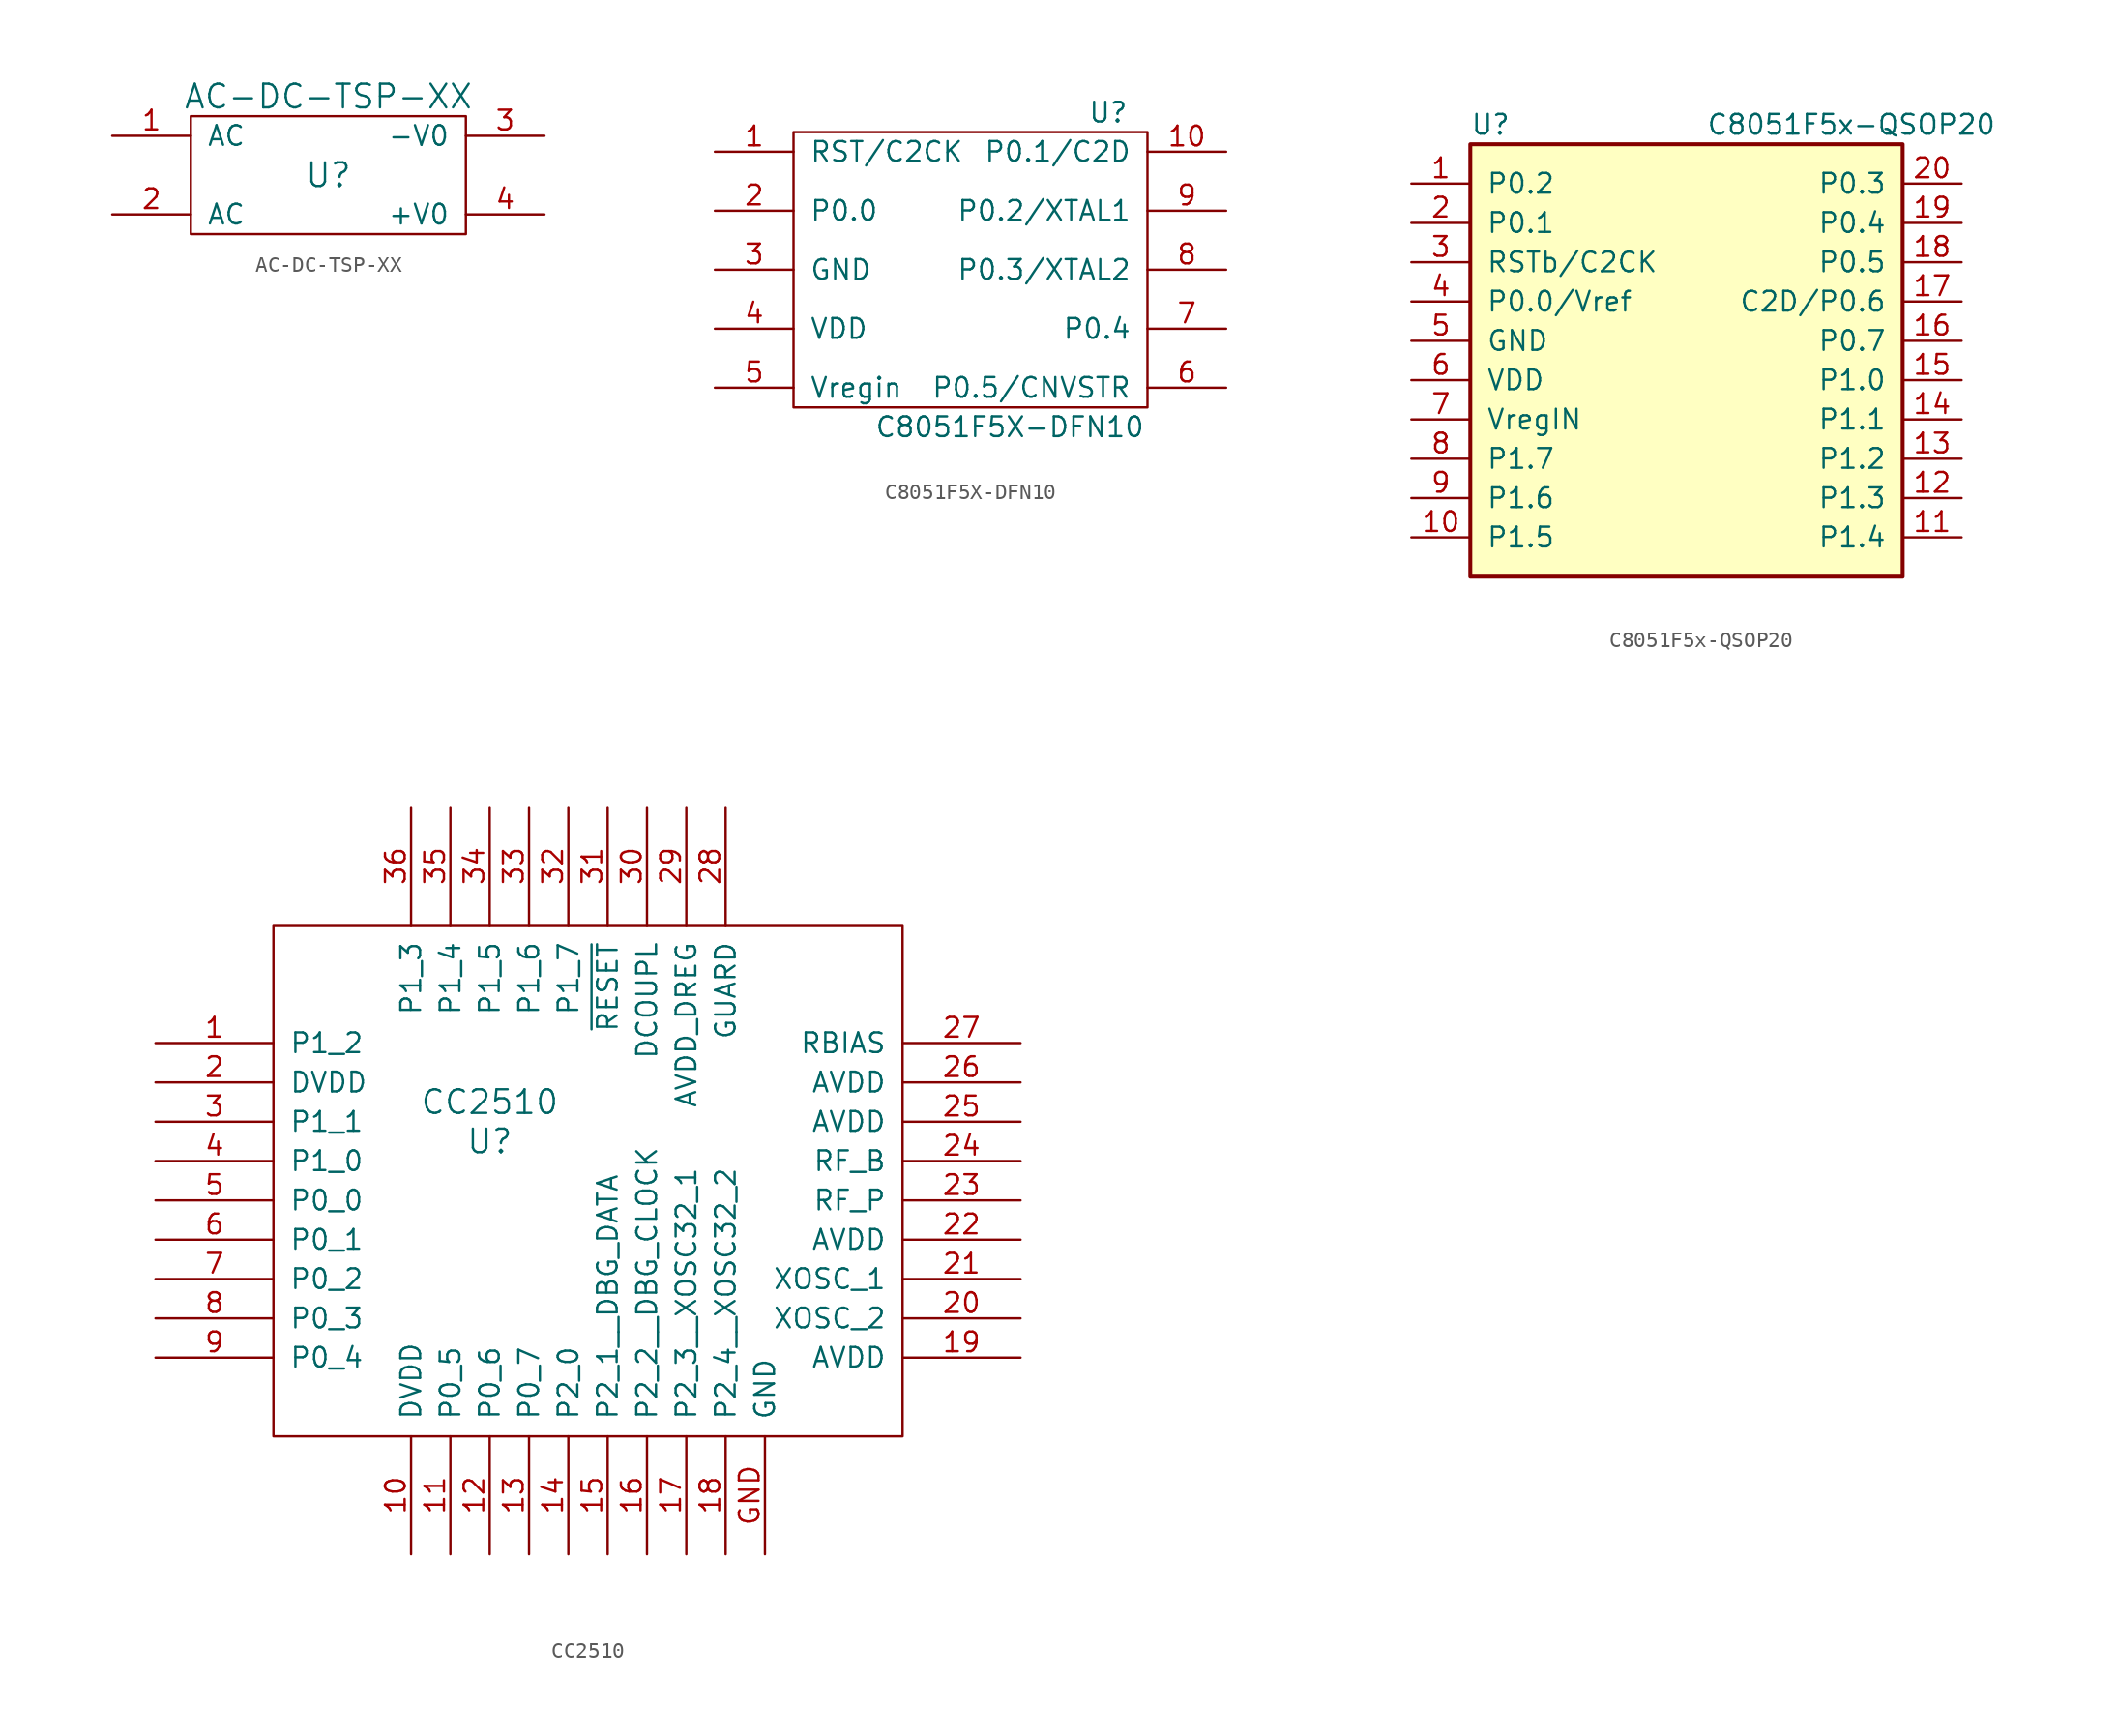
<source format=kicad_sym>
(kicad_symbol_lib
  (version 20211014)
  (generator kicad_symbol_editor)
  (symbol "AC-DC-TSP-XX"
    (pin_names
      (offset 1.016))
    (property "Reference" "U"
      (at 0 0 0)
      (effects (font (size 1.524 1.524))))
    (property "Value" "AC-DC-TSP-XX"
      (at 0 5.08 0)
      (effects (font (size 1.524 1.524))))
    (symbol "AC-DC-TSP-XX_0_1"
      (rectangle (start -8.89 3.81) (end 8.89 -3.81) (stroke (width 0) (type default) (color 0 0 0 0)) (fill (type none))))
    (symbol "AC-DC-TSP-XX_1_1"
      (pin bidirectional line (at -13.97 2.54 0) (length 5.08) (name "AC" (effects (font (size 1.27 1.27)))) (number "1" (effects (font (size 1.27 1.27)))))
      (pin bidirectional line (at -13.97 -2.54 0) (length 5.08) (name "AC" (effects (font (size 1.27 1.27)))) (number "2" (effects (font (size 1.27 1.27)))))
      (pin bidirectional line (at 13.97 2.54 180) (length 5.08) (name "-V0" (effects (font (size 1.27 1.27)))) (number "3" (effects (font (size 1.27 1.27)))))
      (pin bidirectional line (at 13.97 -2.54 180) (length 5.08) (name "+V0" (effects (font (size 1.27 1.27)))) (number "4" (effects (font (size 1.27 1.27)))))))
  (symbol "C8051F5X-DFN10"
    (pin_names
      (offset 1.016))
    (property "Reference" "U"
      (at 8.89 10.16 0)
      (effects (font (size 1.27 1.27))))
    (property "Value" "C8051F5X-DFN10"
      (at 2.54 -10.16 0)
      (effects (font (size 1.27 1.27))))
    (symbol "C8051F5X-DFN10_0_1"
      (rectangle (start -11.43 8.89) (end 11.43 -8.89) (stroke (width 0) (type default) (color 0 0 0 0)) (fill (type none))))
    (symbol "C8051F5X-DFN10_1_1"
      (pin bidirectional line (at -16.51 7.62 0) (length 5.08) (name "RST/C2CK" (effects (font (size 1.27 1.27)))) (number "1" (effects (font (size 1.27 1.27)))))
      (pin bidirectional line (at 16.51 7.62 180) (length 5.08) (name "P0.1/C2D" (effects (font (size 1.27 1.27)))) (number "10" (effects (font (size 1.27 1.27)))))
      (pin bidirectional line (at -16.51 3.81 0) (length 5.08) (name "P0.0" (effects (font (size 1.27 1.27)))) (number "2" (effects (font (size 1.27 1.27)))))
      (pin power_out line (at -16.51 0 0) (length 5.08) (name "GND" (effects (font (size 1.27 1.27)))) (number "3" (effects (font (size 1.27 1.27)))))
      (pin bidirectional line (at -16.51 -3.81 0) (length 5.08) (name "VDD" (effects (font (size 1.27 1.27)))) (number "4" (effects (font (size 1.27 1.27)))))
      (pin power_in line (at -16.51 -7.62 0) (length 5.08) (name "Vregin" (effects (font (size 1.27 1.27)))) (number "5" (effects (font (size 1.27 1.27)))))
      (pin bidirectional line (at 16.51 -7.62 180) (length 5.08) (name "P0.5/CNVSTR" (effects (font (size 1.27 1.27)))) (number "6" (effects (font (size 1.27 1.27)))))
      (pin bidirectional line (at 16.51 -3.81 180) (length 5.08) (name "P0.4" (effects (font (size 1.27 1.27)))) (number "7" (effects (font (size 1.27 1.27)))))
      (pin bidirectional line (at 16.51 0 180) (length 5.08) (name "P0.3/XTAL2" (effects (font (size 1.27 1.27)))) (number "8" (effects (font (size 1.27 1.27)))))
      (pin bidirectional line (at 16.51 3.81 180) (length 5.08) (name "P0.2/XTAL1" (effects (font (size 1.27 1.27)))) (number "9" (effects (font (size 1.27 1.27)))))))
  (symbol "C8051F5x-QSOP20"
    (pin_names
      (offset 1.016))
    (property "Reference" "U"
      (at -13.97 15.24 0)
      (effects (font (size 1.27 1.27)) (justify left)))
    (property "Value" "C8051F5x-QSOP20"
      (at 1.27 15.24 0)
      (effects (font (size 1.27 1.27)) (justify left)))
    (symbol "C8051F5x-QSOP20_0_1"
      (rectangle (start -13.97 13.97) (end 13.97 -13.97) (stroke (width 0.254) (type default) (color 0 0 0 0)) (fill (type background)))
      (pin bidirectional line (at -17.78 11.43 0) (length 3.81) (name "P0.2" (effects (font (size 1.27 1.27)))) (number "1" (effects (font (size 1.27 1.27)))))
      (pin bidirectional line (at -17.78 -11.43 0) (length 3.81) (name "P1.5" (effects (font (size 1.27 1.27)))) (number "10" (effects (font (size 1.27 1.27)))))
      (pin bidirectional line (at 17.78 -11.43 180) (length 3.81) (name "P1.4" (effects (font (size 1.27 1.27)))) (number "11" (effects (font (size 1.27 1.27)))))
      (pin bidirectional line (at 17.78 -8.89 180) (length 3.81) (name "P1.3" (effects (font (size 1.27 1.27)))) (number "12" (effects (font (size 1.27 1.27)))))
      (pin bidirectional line (at 17.78 -6.35 180) (length 3.81) (name "P1.2" (effects (font (size 1.27 1.27)))) (number "13" (effects (font (size 1.27 1.27)))))
      (pin bidirectional line (at 17.78 -3.81 180) (length 3.81) (name "P1.1" (effects (font (size 1.27 1.27)))) (number "14" (effects (font (size 1.27 1.27)))))
      (pin bidirectional line (at 17.78 -1.27 180) (length 3.81) (name "P1.0" (effects (font (size 1.27 1.27)))) (number "15" (effects (font (size 1.27 1.27)))))
      (pin bidirectional line (at 17.78 1.27 180) (length 3.81) (name "P0.7" (effects (font (size 1.27 1.27)))) (number "16" (effects (font (size 1.27 1.27)))))
      (pin bidirectional line (at 17.78 3.81 180) (length 3.81) (name "C2D/P0.6" (effects (font (size 1.27 1.27)))) (number "17" (effects (font (size 1.27 1.27)))))
      (pin bidirectional line (at 17.78 6.35 180) (length 3.81) (name "P0.5" (effects (font (size 1.27 1.27)))) (number "18" (effects (font (size 1.27 1.27)))))
      (pin bidirectional line (at 17.78 8.89 180) (length 3.81) (name "P0.4" (effects (font (size 1.27 1.27)))) (number "19" (effects (font (size 1.27 1.27)))))
      (pin bidirectional line (at -17.78 8.89 0) (length 3.81) (name "P0.1" (effects (font (size 1.27 1.27)))) (number "2" (effects (font (size 1.27 1.27)))))
      (pin bidirectional line (at 17.78 11.43 180) (length 3.81) (name "P0.3" (effects (font (size 1.27 1.27)))) (number "20" (effects (font (size 1.27 1.27)))))
      (pin input line (at -17.78 6.35 0) (length 3.81) (name "RSTb/C2CK" (effects (font (size 1.27 1.27)))) (number "3" (effects (font (size 1.27 1.27)))))
      (pin bidirectional line (at -17.78 3.81 0) (length 3.81) (name "P0.0/Vref" (effects (font (size 1.27 1.27)))) (number "4" (effects (font (size 1.27 1.27)))))
      (pin power_in line (at -17.78 1.27 0) (length 3.81) (name "GND" (effects (font (size 1.27 1.27)))) (number "5" (effects (font (size 1.27 1.27)))))
      (pin power_in line (at -17.78 -1.27 0) (length 3.81) (name "VDD" (effects (font (size 1.27 1.27)))) (number "6" (effects (font (size 1.27 1.27)))))
      (pin power_in line (at -17.78 -3.81 0) (length 3.81) (name "VregIN" (effects (font (size 1.27 1.27)))) (number "7" (effects (font (size 1.27 1.27)))))
      (pin bidirectional line (at -17.78 -6.35 0) (length 3.81) (name "P1.7" (effects (font (size 1.27 1.27)))) (number "8" (effects (font (size 1.27 1.27)))))
      (pin bidirectional line (at -17.78 -8.89 0) (length 3.81) (name "P1.6" (effects (font (size 1.27 1.27)))) (number "9" (effects (font (size 1.27 1.27)))))))
  (symbol "CC2510"
    (pin_names
      (offset 1.016))
    (property "Reference" "U"
      (at -5.08 3.81 0)
      (effects (font (size 1.524 1.524))))
    (property "Value" "CC2510"
      (at -5.08 6.35 0)
      (effects (font (size 1.524 1.524))))
    (property "Footprint" ""
      (at 0 0 0)
      (effects (font (size 1.524 1.524))))
    (property "Datasheet" ""
      (at 0 0 0)
      (effects (font (size 1.524 1.524))))
    (symbol "CC2510_0_1"
      (rectangle (start -19.05 17.78) (end 21.59 -15.24) (stroke (width 0) (type default) (color 0 0 0 0)) (fill (type none))))
    (symbol "CC2510_1_1"
      (pin bidirectional line (at -26.67 10.16 0) (length 7.62) (name "P1_2" (effects (font (size 1.27 1.27)))) (number "1" (effects (font (size 1.27 1.27)))))
      (pin power_in line (at -10.16 -22.86 90) (length 7.62) (name "DVDD" (effects (font (size 1.27 1.27)))) (number "10" (effects (font (size 1.27 1.27)))))
      (pin bidirectional line (at -7.62 -22.86 90) (length 7.62) (name "P0_5" (effects (font (size 1.27 1.27)))) (number "11" (effects (font (size 1.27 1.27)))))
      (pin bidirectional line (at -5.08 -22.86 90) (length 7.62) (name "P0_6" (effects (font (size 1.27 1.27)))) (number "12" (effects (font (size 1.27 1.27)))))
      (pin bidirectional line (at -2.54 -22.86 90) (length 7.62) (name "P0_7" (effects (font (size 1.27 1.27)))) (number "13" (effects (font (size 1.27 1.27)))))
      (pin bidirectional line (at 0 -22.86 90) (length 7.62) (name "P2_0" (effects (font (size 1.27 1.27)))) (number "14" (effects (font (size 1.27 1.27)))))
      (pin bidirectional line (at 2.54 -22.86 90) (length 7.62) (name "P2_1__DBG_DATA" (effects (font (size 1.27 1.27)))) (number "15" (effects (font (size 1.27 1.27)))))
      (pin bidirectional line (at 5.08 -22.86 90) (length 7.62) (name "P2_2__DBG_CLOCK" (effects (font (size 1.27 1.27)))) (number "16" (effects (font (size 1.27 1.27)))))
      (pin bidirectional line (at 7.62 -22.86 90) (length 7.62) (name "P2_3__XOSC32_1" (effects (font (size 1.27 1.27)))) (number "17" (effects (font (size 1.27 1.27)))))
      (pin bidirectional line (at 10.16 -22.86 90) (length 7.62) (name "P2_4__XOSC32_2" (effects (font (size 1.27 1.27)))) (number "18" (effects (font (size 1.27 1.27)))))
      (pin power_in line (at 29.21 -10.16 180) (length 7.62) (name "AVDD" (effects (font (size 1.27 1.27)))) (number "19" (effects (font (size 1.27 1.27)))))
      (pin power_in line (at -26.67 7.62 0) (length 7.62) (name "DVDD" (effects (font (size 1.27 1.27)))) (number "2" (effects (font (size 1.27 1.27)))))
      (pin bidirectional line (at 29.21 -7.62 180) (length 7.62) (name "XOSC_2" (effects (font (size 1.27 1.27)))) (number "20" (effects (font (size 1.27 1.27)))))
      (pin bidirectional line (at 29.21 -5.08 180) (length 7.62) (name "XOSC_1" (effects (font (size 1.27 1.27)))) (number "21" (effects (font (size 1.27 1.27)))))
      (pin power_in line (at 29.21 -2.54 180) (length 7.62) (name "AVDD" (effects (font (size 1.27 1.27)))) (number "22" (effects (font (size 1.27 1.27)))))
      (pin bidirectional line (at 29.21 0 180) (length 7.62) (name "RF_P" (effects (font (size 1.27 1.27)))) (number "23" (effects (font (size 1.27 1.27)))))
      (pin bidirectional line (at 29.21 2.54 180) (length 7.62) (name "RF_B" (effects (font (size 1.27 1.27)))) (number "24" (effects (font (size 1.27 1.27)))))
      (pin power_in line (at 29.21 5.08 180) (length 7.62) (name "AVDD" (effects (font (size 1.27 1.27)))) (number "25" (effects (font (size 1.27 1.27)))))
      (pin power_in line (at 29.21 7.62 180) (length 7.62) (name "AVDD" (effects (font (size 1.27 1.27)))) (number "26" (effects (font (size 1.27 1.27)))))
      (pin bidirectional line (at 29.21 10.16 180) (length 7.62) (name "RBIAS" (effects (font (size 1.27 1.27)))) (number "27" (effects (font (size 1.27 1.27)))))
      (pin bidirectional line (at 10.16 25.4 270) (length 7.62) (name "GUARD" (effects (font (size 1.27 1.27)))) (number "28" (effects (font (size 1.27 1.27)))))
      (pin power_out line (at 7.62 25.4 270) (length 7.62) (name "AVDD_DREG" (effects (font (size 1.27 1.27)))) (number "29" (effects (font (size 1.27 1.27)))))
      (pin bidirectional line (at -26.67 5.08 0) (length 7.62) (name "P1_1" (effects (font (size 1.27 1.27)))) (number "3" (effects (font (size 1.27 1.27)))))
      (pin power_out line (at 5.08 25.4 270) (length 7.62) (name "DCOUPL" (effects (font (size 1.27 1.27)))) (number "30" (effects (font (size 1.27 1.27)))))
      (pin bidirectional line (at 2.54 25.4 270) (length 7.62) (name "~{RESET}" (effects (font (size 1.27 1.27)))) (number "31" (effects (font (size 1.27 1.27)))))
      (pin bidirectional line (at 0 25.4 270) (length 7.62) (name "P1_7" (effects (font (size 1.27 1.27)))) (number "32" (effects (font (size 1.27 1.27)))))
      (pin bidirectional line (at -2.54 25.4 270) (length 7.62) (name "P1_6" (effects (font (size 1.27 1.27)))) (number "33" (effects (font (size 1.27 1.27)))))
      (pin bidirectional line (at -5.08 25.4 270) (length 7.62) (name "P1_5" (effects (font (size 1.27 1.27)))) (number "34" (effects (font (size 1.27 1.27)))))
      (pin bidirectional line (at -7.62 25.4 270) (length 7.62) (name "P1_4" (effects (font (size 1.27 1.27)))) (number "35" (effects (font (size 1.27 1.27)))))
      (pin bidirectional line (at -10.16 25.4 270) (length 7.62) (name "P1_3" (effects (font (size 1.27 1.27)))) (number "36" (effects (font (size 1.27 1.27)))))
      (pin bidirectional line (at -26.67 2.54 0) (length 7.62) (name "P1_0" (effects (font (size 1.27 1.27)))) (number "4" (effects (font (size 1.27 1.27)))))
      (pin bidirectional line (at -26.67 0 0) (length 7.62) (name "P0_0" (effects (font (size 1.27 1.27)))) (number "5" (effects (font (size 1.27 1.27)))))
      (pin bidirectional line (at -26.67 -2.54 0) (length 7.62) (name "P0_1" (effects (font (size 1.27 1.27)))) (number "6" (effects (font (size 1.27 1.27)))))
      (pin bidirectional line (at -26.67 -5.08 0) (length 7.62) (name "P0_2" (effects (font (size 1.27 1.27)))) (number "7" (effects (font (size 1.27 1.27)))))
      (pin bidirectional line (at -26.67 -7.62 0) (length 7.62) (name "P0_3" (effects (font (size 1.27 1.27)))) (number "8" (effects (font (size 1.27 1.27)))))
      (pin bidirectional line (at -26.67 -10.16 0) (length 7.62) (name "P0_4" (effects (font (size 1.27 1.27)))) (number "9" (effects (font (size 1.27 1.27)))))
      (pin power_in line (at 12.7 -22.86 90) (length 7.62) (name "GND" (effects (font (size 1.27 1.27)))) (number "GND" (effects (font (size 1.27 1.27))))))))
</source>
